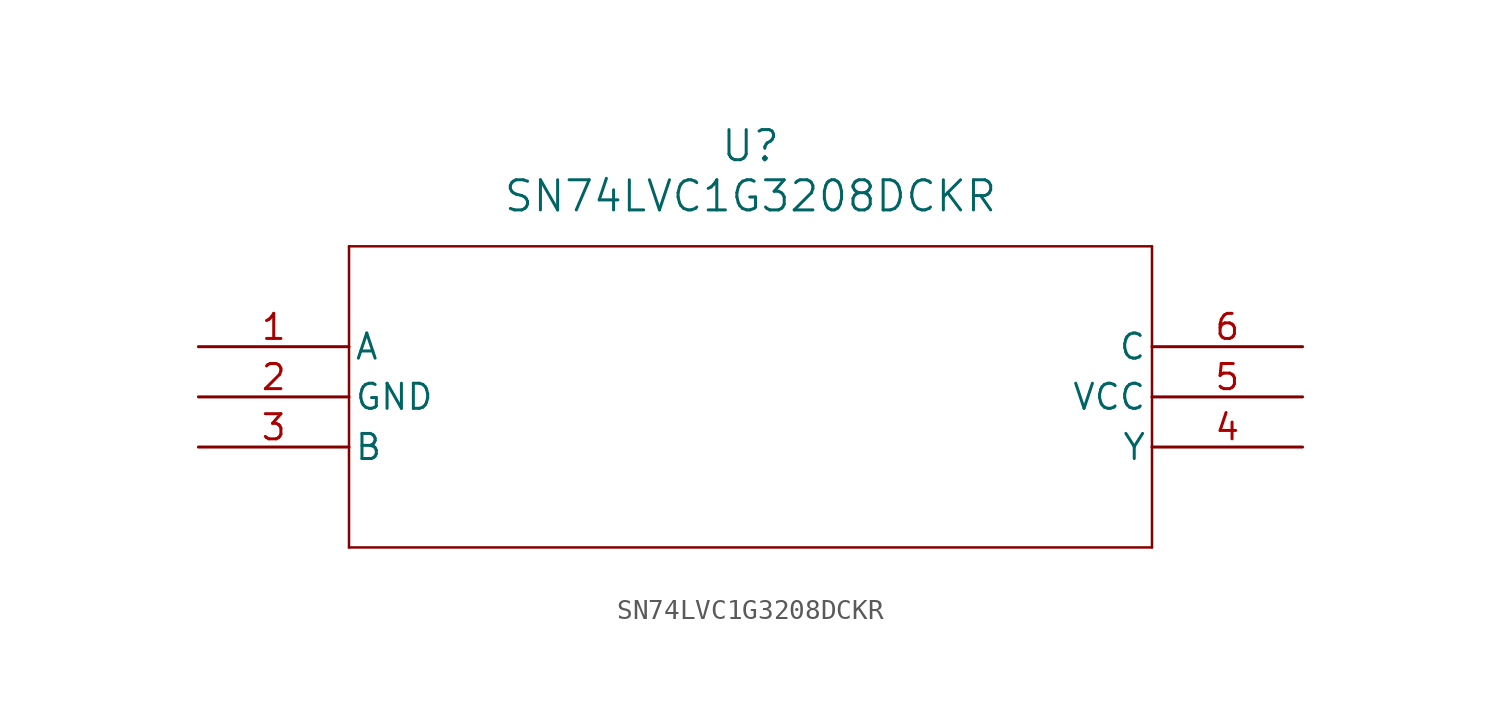
<source format=kicad_sym>
(kicad_symbol_lib
  (version 20211014)
  (generator kicad_symbol_editor)
  (symbol "SN74LVC1G3208DCKR"
    (pin_names
      (offset 0.254))
    (property "Reference" "U"
      (at 27.94 10.16 0)
      (effects (font (size 1.524 1.524))))
    (property "Value" "SN74LVC1G3208DCKR"
      (at 27.94 7.62 0)
      (effects (font (size 1.524 1.524))))
    (symbol "SN74LVC1G3208DCKR_0_1"
      (polyline (pts (xy 7.62 5.08) (xy 7.62 -10.16)) (stroke (width 0.127) (type default) (color 0 0 0 0)) (fill (type none)))
      (polyline (pts (xy 7.62 -10.16) (xy 48.26 -10.16)) (stroke (width 0.127) (type default) (color 0 0 0 0)) (fill (type none)))
      (polyline (pts (xy 48.26 -10.16) (xy 48.26 5.08)) (stroke (width 0.127) (type default) (color 0 0 0 0)) (fill (type none)))
      (polyline (pts (xy 48.26 5.08) (xy 7.62 5.08)) (stroke (width 0.127) (type default) (color 0 0 0 0)) (fill (type none)))
      (pin input line (at 0 0 0) (length 7.62) (name "A" (effects (font (size 1.27 1.27)))) (number "1" (effects (font (size 1.27 1.27)))))
      (pin power_in line (at 0 -2.54 0) (length 7.62) (name "GND" (effects (font (size 1.27 1.27)))) (number "2" (effects (font (size 1.27 1.27)))))
      (pin input line (at 0 -5.08 0) (length 7.62) (name "B" (effects (font (size 1.27 1.27)))) (number "3" (effects (font (size 1.27 1.27)))))
      (pin output line (at 55.88 -5.08 180) (length 7.62) (name "Y" (effects (font (size 1.27 1.27)))) (number "4" (effects (font (size 1.27 1.27)))))
      (pin power_in line (at 55.88 -2.54 180) (length 7.62) (name "VCC" (effects (font (size 1.27 1.27)))) (number "5" (effects (font (size 1.27 1.27)))))
      (pin input line (at 55.88 0 180) (length 7.62) (name "C" (effects (font (size 1.27 1.27)))) (number "6" (effects (font (size 1.27 1.27))))))))
</source>
